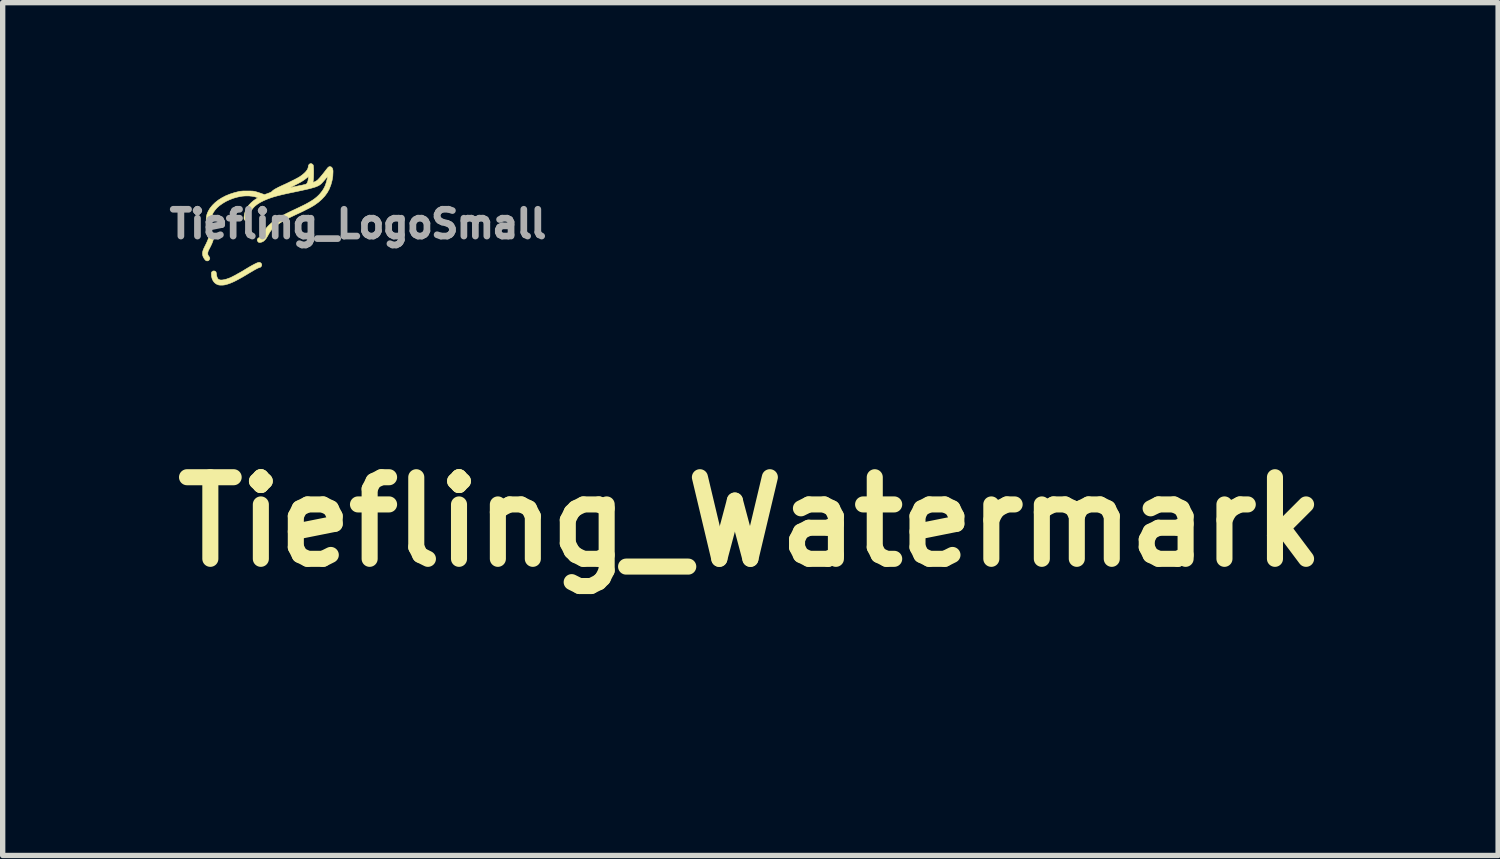
<source format=kicad_pcb>
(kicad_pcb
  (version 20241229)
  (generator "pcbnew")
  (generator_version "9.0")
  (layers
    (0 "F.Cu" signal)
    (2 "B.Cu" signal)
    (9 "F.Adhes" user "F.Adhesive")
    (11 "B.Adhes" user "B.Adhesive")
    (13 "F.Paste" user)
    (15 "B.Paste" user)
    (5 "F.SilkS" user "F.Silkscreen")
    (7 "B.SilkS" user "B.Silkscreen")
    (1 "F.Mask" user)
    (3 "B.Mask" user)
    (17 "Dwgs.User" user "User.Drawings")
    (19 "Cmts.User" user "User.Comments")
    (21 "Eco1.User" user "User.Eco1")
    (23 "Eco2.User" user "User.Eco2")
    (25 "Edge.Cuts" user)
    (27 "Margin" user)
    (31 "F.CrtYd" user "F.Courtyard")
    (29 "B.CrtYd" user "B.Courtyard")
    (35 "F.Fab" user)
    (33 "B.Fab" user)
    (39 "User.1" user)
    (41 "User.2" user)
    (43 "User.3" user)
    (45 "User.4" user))
  (footprint "Tiefling_Watermark"
    (layer "F.Cu")
    (at 5.327 8.273)
    (property "Reference" "Tiefling_Watermark" (at 5.639 -1.575 0) (layer "F.SilkS") (effects (font (size 1.524 1.524) (thickness 0.3))))
    (attr through_hole)
    (fp_poly (pts (xy -1.697 0.03) (xy -1.674 0.044) (xy -1.671 0.047) (xy -1.66 0.059) (xy -1.654 0.071) (xy -1.651 0.087) (xy -1.652 0.113) (xy -1.653 0.138) (xy -1.659 0.187) (xy -1.671 0.238) (xy -1.69 0.294) (xy -1.716 0.359) (xy -1.75 0.433) (xy -1.777 0.485) (xy -1.801 0.533) (xy -1.818 0.569) (xy -1.83 0.596) (xy -1.837 0.617) (xy -1.84 0.636) (xy -1.841 0.655) (xy -1.841 0.66) (xy -1.84 0.69) (xy -1.835 0.712) (xy -1.822 0.734) (xy -1.81 0.749) (xy -1.788 0.782) (xy -1.779 0.81) (xy -1.783 0.837) (xy -1.79 0.854) (xy -1.812 0.881) (xy -1.842 0.894) (xy -1.876 0.893) (xy -1.897 0.885) (xy -1.918 0.868) (xy -1.942 0.839) (xy -1.965 0.805) (xy -1.984 0.768) (xy -1.994 0.741) (xy -2.004 0.701) (xy -2.007 0.662) (xy -2.003 0.62) (xy -1.991 0.575) (xy -1.971 0.522) (xy -1.942 0.46) (xy -1.922 0.419) (xy -1.885 0.345) (xy -1.856 0.282) (xy -1.835 0.229) (xy -1.82 0.183) (xy -1.81 0.142) (xy -1.807 0.118) (xy -1.798 0.075) (xy -1.783 0.046) (xy -1.76 0.03) (xy -1.727 0.025) (xy -1.697 0.03)) (stroke (width 0.01) (type solid)) (fill no) (layer "Margin"))
    (fp_poly (pts (xy -0.207 0.948) (xy -0.182 0.968) (xy -0.165 0.996) (xy -0.161 1.02) (xy -0.167 1.048) (xy -0.183 1.074) (xy -0.205 1.093) (xy -0.228 1.101) (xy -0.228 1.101) (xy -0.243 1.104) (xy -0.267 1.113) (xy -0.3 1.129) (xy -0.343 1.152) (xy -0.398 1.182) (xy -0.465 1.221) (xy -0.545 1.269) (xy -0.553 1.273) (xy -0.667 1.342) (xy -0.769 1.401) (xy -0.86 1.452) (xy -0.941 1.496) (xy -1.014 1.533) (xy -1.079 1.563) (xy -1.139 1.589) (xy -1.195 1.609) (xy -1.249 1.626) (xy -1.298 1.638) (xy -1.347 1.646) (xy -1.4 1.65) (xy -1.452 1.649) (xy -1.497 1.644) (xy -1.52 1.639) (xy -1.582 1.611) (xy -1.634 1.57) (xy -1.676 1.517) (xy -1.706 1.452) (xy -1.724 1.377) (xy -1.73 1.309) (xy -1.73 1.277) (xy -1.727 1.257) (xy -1.719 1.242) (xy -1.712 1.233) (xy -1.683 1.212) (xy -1.651 1.207) (xy -1.622 1.214) (xy -1.602 1.225) (xy -1.589 1.238) (xy -1.58 1.26) (xy -1.574 1.292) (xy -1.571 1.317) (xy -1.561 1.374) (xy -1.544 1.422) (xy -1.522 1.457) (xy -1.496 1.476) (xy -1.454 1.488) (xy -1.399 1.489) (xy -1.335 1.481) (xy -1.262 1.462) (xy -1.182 1.434) (xy -1.142 1.418) (xy -1.1 1.398) (xy -1.046 1.37) (xy -0.984 1.338) (xy -0.916 1.301) (xy -0.846 1.262) (xy -0.777 1.222) (xy -0.712 1.183) (xy -0.703 1.177) (xy -0.607 1.119) (xy -0.524 1.07) (xy -0.453 1.03) (xy -0.394 0.998) (xy -0.344 0.973) (xy -0.303 0.956) (xy -0.27 0.945) (xy -0.244 0.94) (xy -0.237 0.94) (xy -0.207 0.948)) (stroke (width 0.01) (type solid)) (fill no) (layer "Margin"))
    (fp_poly (pts (xy 1.394 -2.129) (xy 1.422 -2.11) (xy 1.431 -2.1) (xy 1.438 -2.089) (xy 1.443 -2.075) (xy 1.446 -2.054) (xy 1.449 -2.023) (xy 1.451 -1.978) (xy 1.452 -1.971) (xy 1.454 -1.908) (xy 1.454 -1.838) (xy 1.452 -1.767) (xy 1.449 -1.699) (xy 1.445 -1.639) (xy 1.439 -1.596) (xy 1.436 -1.571) (xy 1.435 -1.555) (xy 1.435 -1.551) (xy 1.443 -1.553) (xy 1.463 -1.56) (xy 1.49 -1.57) (xy 1.491 -1.571) (xy 1.538 -1.595) (xy 1.58 -1.627) (xy 1.586 -1.633) (xy 1.615 -1.663) (xy 1.652 -1.704) (xy 1.694 -1.754) (xy 1.74 -1.81) (xy 1.788 -1.871) (xy 1.831 -1.928) (xy 1.864 -1.97) (xy 1.89 -2.001) (xy 1.91 -2.021) (xy 1.928 -2.034) (xy 1.945 -2.039) (xy 1.96 -2.04) (xy 1.995 -2.033) (xy 2.023 -2.011) (xy 2.043 -1.975) (xy 2.055 -1.925) (xy 2.057 -1.878) (xy 2.05 -1.741) (xy 2.027 -1.604) (xy 1.99 -1.471) (xy 1.941 -1.345) (xy 1.939 -1.342) (xy 1.879 -1.231) (xy 1.802 -1.125) (xy 1.711 -1.026) (xy 1.603 -0.932) (xy 1.48 -0.844) (xy 1.408 -0.799) (xy 1.356 -0.77) (xy 1.29 -0.735) (xy 1.21 -0.694) (xy 1.118 -0.649) (xy 1.014 -0.599) (xy 0.901 -0.546) (xy 0.794 -0.496) (xy 0.7 -0.45) (xy 0.618 -0.409) (xy 0.545 -0.37) (xy 0.48 -0.332) (xy 0.421 -0.296) (xy 0.364 -0.258) (xy 0.31 -0.219) (xy 0.301 -0.212) (xy 0.239 -0.164) (xy 0.189 -0.12) (xy 0.148 -0.078) (xy 0.113 -0.035) (xy 0.08 0.015) (xy 0.048 0.072) (xy 0.047 0.076) (xy 0.006 0.149) (xy -0.033 0.208) (xy -0.071 0.252) (xy -0.109 0.285) (xy -0.15 0.306) (xy -0.194 0.318) (xy -0.208 0.319) (xy -0.235 0.321) (xy -0.253 0.318) (xy -0.268 0.309) (xy -0.279 0.298) (xy -0.299 0.269) (xy -0.303 0.238) (xy -0.294 0.208) (xy -0.271 0.183) (xy -0.236 0.165) (xy -0.224 0.162) (xy -0.205 0.155) (xy -0.187 0.144) (xy -0.169 0.127) (xy -0.15 0.101) (xy -0.129 0.066) (xy -0.103 0.018) (xy -0.083 -0.021) (xy -0.061 -0.063) (xy -0.042 -0.095) (xy -0.024 -0.122) (xy -0.002 -0.149) (xy 0.027 -0.179) (xy 0.059 -0.212) (xy 0.112 -0.262) (xy 0.166 -0.309) (xy 0.223 -0.354) (xy 0.285 -0.398) (xy 0.353 -0.442) (xy 0.429 -0.487) (xy 0.514 -0.533) (xy 0.61 -0.583) (xy 0.719 -0.636) (xy 0.841 -0.694) (xy 0.86 -0.703) (xy 0.987 -0.763) (xy 1.1 -0.818) (xy 1.2 -0.869) (xy 1.288 -0.916) (xy 1.365 -0.962) (xy 1.433 -1.005) (xy 1.493 -1.048) (xy 1.546 -1.091) (xy 1.594 -1.135) (xy 1.638 -1.18) (xy 1.672 -1.219) (xy 1.725 -1.288) (xy 1.767 -1.355) (xy 1.803 -1.427) (xy 1.816 -1.458) (xy 1.828 -1.491) (xy 1.842 -1.532) (xy 1.855 -1.578) (xy 1.867 -1.624) (xy 1.878 -1.666) (xy 1.885 -1.701) (xy 1.888 -1.724) (xy 1.888 -1.726) (xy 1.883 -1.724) (xy 1.869 -1.71) (xy 1.848 -1.687) (xy 1.822 -1.657) (xy 1.805 -1.637) (xy 1.772 -1.598) (xy 1.739 -1.561) (xy 1.71 -1.529) (xy 1.686 -1.505) (xy 1.68 -1.5) (xy 1.655 -1.479) (xy 1.627 -1.46) (xy 1.594 -1.442) (xy 1.555 -1.425) (xy 1.51 -1.407) (xy 1.456 -1.389) (xy 1.392 -1.371) (xy 1.319 -1.352) (xy 1.233 -1.332) (xy 1.135 -1.309) (xy 1.022 -1.285) (xy 0.895 -1.259) (xy 0.864 -1.252) (xy 0.718 -1.222) (xy 0.587 -1.194) (xy 0.469 -1.167) (xy 0.364 -1.141) (xy 0.269 -1.115) (xy 0.183 -1.089) (xy 0.105 -1.064) (xy 0.032 -1.037) (xy -0.037 -1.009) (xy -0.103 -0.979) (xy -0.106 -0.978) (xy -0.213 -0.923) (xy -0.305 -0.864) (xy -0.382 -0.803) (xy -0.443 -0.737) (xy -0.492 -0.666) (xy -0.527 -0.589) (xy -0.53 -0.583) (xy -0.537 -0.557) (xy -0.543 -0.521) (xy -0.549 -0.481) (xy -0.55 -0.47) (xy -0.554 -0.433) (xy -0.558 -0.409) (xy -0.564 -0.393) (xy -0.574 -0.38) (xy -0.583 -0.371) (xy -0.615 -0.351) (xy -0.647 -0.349) (xy -0.678 -0.363) (xy -0.681 -0.365) (xy -0.699 -0.383) (xy -0.71 -0.403) (xy -0.715 -0.43) (xy -0.714 -0.467) (xy -0.711 -0.493) (xy -0.695 -0.586) (xy -0.67 -0.666) (xy -0.658 -0.694) (xy -0.616 -0.77) (xy -0.56 -0.845) (xy -0.492 -0.916) (xy -0.416 -0.981) (xy -0.36 -1.02) (xy -0.284 -1.069) (xy -0.326 -1.085) (xy -0.39 -1.105) (xy -0.466 -1.119) (xy -0.551 -1.126) (xy -0.641 -1.128) (xy -0.731 -1.123) (xy -0.779 -1.118) (xy -0.908 -1.094) (xy -1.035 -1.058) (xy -1.159 -1.012) (xy -1.276 -0.956) (xy -1.385 -0.892) (xy -1.483 -0.821) (xy -1.558 -0.753) (xy -1.622 -0.681) (xy -1.671 -0.608) (xy -1.705 -0.534) (xy -1.726 -0.456) (xy -1.731 -0.42) (xy -1.736 -0.385) (xy -1.743 -0.363) (xy -1.754 -0.345) (xy -1.761 -0.337) (xy -1.791 -0.317) (xy -1.825 -0.313) (xy -1.857 -0.325) (xy -1.869 -0.334) (xy -1.881 -0.346) (xy -1.888 -0.358) (xy -1.891 -0.376) (xy -1.891 -0.405) (xy -1.891 -0.414) (xy -1.884 -0.485) (xy -1.868 -0.553) (xy -1.84 -0.625) (xy -1.825 -0.657) (xy -1.769 -0.749) (xy -1.699 -0.837) (xy -1.614 -0.92) (xy -1.516 -0.997) (xy -1.406 -1.067) (xy -1.286 -1.129) (xy -1.156 -1.184) (xy -1.018 -1.229) (xy -0.873 -1.265) (xy -0.859 -1.268) (xy -0.826 -1.273) (xy -0.79 -1.277) (xy -0.748 -1.28) (xy -0.697 -1.282) (xy -0.634 -1.282) (xy -0.605 -1.282) (xy -0.543 -1.282) (xy -0.492 -1.28) (xy -0.448 -1.278) (xy -0.408 -1.273) (xy -0.369 -1.265) (xy -0.327 -1.254) (xy -0.278 -1.238) (xy -0.218 -1.218) (xy -0.176 -1.203) (xy -0.076 -1.168) (xy 0.032 -1.207) (xy 0.075 -1.223) (xy 0.111 -1.239) (xy 0.137 -1.252) (xy 0.15 -1.262) (xy 0.15 -1.262) (xy 0.168 -1.282) (xy 0.195 -1.304) (xy 0.234 -1.329) (xy 0.283 -1.358) (xy 0.342 -1.389) (xy 0.73 -1.389) (xy 0.73 -1.389) (xy 0.74 -1.39) (xy 0.763 -1.395) (xy 0.799 -1.402) (xy 0.843 -1.411) (xy 0.894 -1.422) (xy 0.916 -1.426) (xy 0.995 -1.443) (xy 1.059 -1.456) (xy 1.11 -1.467) (xy 1.15 -1.476) (xy 1.18 -1.483) (xy 1.201 -1.49) (xy 1.216 -1.495) (xy 1.227 -1.501) (xy 1.234 -1.507) (xy 1.24 -1.513) (xy 1.243 -1.517) (xy 1.262 -1.55) (xy 1.277 -1.597) (xy 1.287 -1.657) (xy 1.29 -1.684) (xy 1.295 -1.739) (xy 1.268 -1.713) (xy 1.225 -1.676) (xy 1.177 -1.639) (xy 1.121 -1.602) (xy 1.056 -1.562) (xy 0.98 -1.52) (xy 0.89 -1.473) (xy 0.874 -1.465) (xy 0.828 -1.441) (xy 0.789 -1.421) (xy 0.758 -1.405) (xy 0.738 -1.394) (xy 0.73 -1.389) (xy 0.342 -1.389) (xy 0.345 -1.391) (xy 0.421 -1.428) (xy 0.512 -1.47) (xy 0.546 -1.486) (xy 0.629 -1.524) (xy 0.71 -1.563) (xy 0.789 -1.601) (xy 0.861 -1.638) (xy 0.926 -1.672) (xy 0.98 -1.702) (xy 1.022 -1.727) (xy 1.031 -1.733) (xy 1.103 -1.785) (xy 1.165 -1.838) (xy 1.215 -1.89) (xy 1.253 -1.942) (xy 1.277 -1.99) (xy 1.287 -2.034) (xy 1.287 -2.039) (xy 1.293 -2.077) (xy 1.31 -2.107) (xy 1.335 -2.126) (xy 1.364 -2.134) (xy 1.394 -2.129)) (stroke (width 0.01) (type solid)) (fill no) (layer "Margin")))
  (footprint "Tiefling_LogoSmall"
    (layer "F.Cu")
    (at 1.936 1.286)
    (property "Reference" "Tiefling_LogoSmall" (at 1.702 -0.152 0) (layer "F.Fab") (effects (font (size 0.5 0.5) (thickness 0.125))))
    (attr through_hole)
    (fp_poly (pts (xy -1.018 0.018) (xy -1.004 0.026) (xy -1.002 0.028) (xy -0.996 0.036) (xy -0.992 0.043) (xy -0.991 0.052) (xy -0.991 0.068) (xy -0.992 0.083) (xy -0.995 0.112) (xy -1.003 0.143) (xy -1.014 0.177) (xy -1.029 0.215) (xy -1.05 0.26) (xy -1.066 0.291) (xy -1.081 0.32) (xy -1.091 0.341) (xy -1.098 0.357) (xy -1.102 0.37) (xy -1.104 0.381) (xy -1.105 0.393) (xy -1.105 0.396) (xy -1.104 0.414) (xy -1.101 0.427) (xy -1.093 0.44) (xy -1.086 0.45) (xy -1.073 0.469) (xy -1.067 0.486) (xy -1.07 0.502) (xy -1.074 0.512) (xy -1.087 0.528) (xy -1.105 0.536) (xy -1.126 0.536) (xy -1.138 0.531) (xy -1.151 0.521) (xy -1.165 0.504) (xy -1.179 0.483) (xy -1.19 0.461) (xy -1.197 0.445) (xy -1.202 0.421) (xy -1.204 0.397) (xy -1.202 0.372) (xy -1.195 0.345) (xy -1.183 0.313) (xy -1.165 0.276) (xy -1.153 0.251) (xy -1.131 0.207) (xy -1.114 0.169) (xy -1.101 0.138) (xy -1.092 0.11) (xy -1.086 0.085) (xy -1.084 0.071) (xy -1.079 0.045) (xy -1.07 0.028) (xy -1.056 0.018) (xy -1.036 0.015) (xy -1.018 0.018)) (stroke (width 0.01) (type solid)) (fill yes) (layer "F.SilkS"))
    (fp_poly (pts (xy -0.124 0.569) (xy -0.109 0.581) (xy -0.099 0.598) (xy -0.097 0.612) (xy -0.1 0.629) (xy -0.11 0.644) (xy -0.123 0.656) (xy -0.137 0.66) (xy -0.137 0.66) (xy -0.146 0.662) (xy -0.16 0.668) (xy -0.18 0.677) (xy -0.206 0.691) (xy -0.239 0.709) (xy -0.279 0.733) (xy -0.327 0.761) (xy -0.332 0.764) (xy -0.4 0.805) (xy -0.461 0.841) (xy -0.516 0.871) (xy -0.565 0.898) (xy -0.608 0.92) (xy -0.648 0.938) (xy -0.684 0.953) (xy -0.717 0.965) (xy -0.749 0.975) (xy -0.779 0.983) (xy -0.808 0.988) (xy -0.84 0.99) (xy -0.871 0.99) (xy -0.898 0.987) (xy -0.912 0.983) (xy -0.949 0.967) (xy -0.981 0.942) (xy -1.005 0.91) (xy -1.024 0.871) (xy -1.035 0.826) (xy -1.038 0.785) (xy -1.038 0.766) (xy -1.036 0.754) (xy -1.031 0.745) (xy -1.027 0.74) (xy -1.01 0.727) (xy -0.99 0.724) (xy -0.973 0.728) (xy -0.961 0.735) (xy -0.953 0.743) (xy -0.948 0.756) (xy -0.944 0.775) (xy -0.943 0.79) (xy -0.937 0.824) (xy -0.927 0.853) (xy -0.913 0.874) (xy -0.898 0.886) (xy -0.872 0.893) (xy -0.84 0.894) (xy -0.801 0.888) (xy -0.757 0.877) (xy -0.709 0.86) (xy -0.685 0.851) (xy -0.66 0.839) (xy -0.627 0.822) (xy -0.59 0.803) (xy -0.55 0.78) (xy -0.508 0.757) (xy -0.466 0.733) (xy -0.427 0.71) (xy -0.422 0.706) (xy -0.364 0.671) (xy -0.315 0.642) (xy -0.272 0.618) (xy -0.236 0.599) (xy -0.206 0.584) (xy -0.182 0.573) (xy -0.162 0.567) (xy -0.147 0.564) (xy -0.142 0.564) (xy -0.124 0.569)) (stroke (width 0.01) (type solid)) (fill yes) (layer "F.SilkS"))
    (fp_poly (pts (xy 0.837 -1.277) (xy 0.853 -1.266) (xy 0.859 -1.26) (xy 0.863 -1.253) (xy 0.866 -1.245) (xy 0.868 -1.232) (xy 0.869 -1.214) (xy 0.871 -1.187) (xy 0.871 -1.182) (xy 0.872 -1.145) (xy 0.872 -1.103) (xy 0.871 -1.06) (xy 0.87 -1.02) (xy 0.867 -0.984) (xy 0.864 -0.958) (xy 0.862 -0.943) (xy 0.861 -0.933) (xy 0.861 -0.931) (xy 0.866 -0.932) (xy 0.878 -0.936) (xy 0.894 -0.942) (xy 0.895 -0.942) (xy 0.923 -0.957) (xy 0.948 -0.976) (xy 0.952 -0.98) (xy 0.969 -0.998) (xy 0.991 -1.022) (xy 1.016 -1.052) (xy 1.044 -1.086) (xy 1.073 -1.123) (xy 1.099 -1.157) (xy 1.119 -1.182) (xy 1.134 -1.201) (xy 1.146 -1.213) (xy 1.157 -1.22) (xy 1.167 -1.224) (xy 1.176 -1.224) (xy 1.197 -1.22) (xy 1.214 -1.206) (xy 1.226 -1.185) (xy 1.233 -1.155) (xy 1.234 -1.127) (xy 1.23 -1.045) (xy 1.216 -0.963) (xy 1.194 -0.883) (xy 1.164 -0.807) (xy 1.164 -0.805) (xy 1.127 -0.738) (xy 1.081 -0.675) (xy 1.026 -0.616) (xy 0.962 -0.559) (xy 0.888 -0.506) (xy 0.845 -0.48) (xy 0.814 -0.462) (xy 0.774 -0.441) (xy 0.726 -0.417) (xy 0.671 -0.389) (xy 0.608 -0.359) (xy 0.541 -0.328) (xy 0.476 -0.297) (xy 0.42 -0.27) (xy 0.371 -0.245) (xy 0.327 -0.222) (xy 0.288 -0.199) (xy 0.252 -0.177) (xy 0.219 -0.155) (xy 0.186 -0.131) (xy 0.181 -0.127) (xy 0.143 -0.098) (xy 0.113 -0.072) (xy 0.089 -0.047) (xy 0.068 -0.021) (xy 0.048 0.009) (xy 0.029 0.043) (xy 0.028 0.045) (xy 0.003 0.089) (xy -0.02 0.125) (xy -0.043 0.151) (xy -0.066 0.171) (xy -0.09 0.183) (xy -0.116 0.191) (xy -0.125 0.192) (xy -0.141 0.193) (xy -0.152 0.191) (xy -0.161 0.185) (xy -0.167 0.179) (xy -0.179 0.161) (xy -0.182 0.143) (xy -0.176 0.125) (xy -0.162 0.11) (xy -0.142 0.099) (xy -0.135 0.097) (xy -0.123 0.093) (xy -0.112 0.086) (xy -0.101 0.076) (xy -0.09 0.061) (xy -0.077 0.04) (xy -0.062 0.011) (xy -0.05 -0.013) (xy -0.037 -0.038) (xy -0.025 -0.057) (xy -0.014 -0.073) (xy -0.001 -0.089) (xy 0.016 -0.107) (xy 0.035 -0.127) (xy 0.067 -0.157) (xy 0.1 -0.185) (xy 0.134 -0.212) (xy 0.171 -0.239) (xy 0.212 -0.265) (xy 0.257 -0.292) (xy 0.308 -0.32) (xy 0.366 -0.35) (xy 0.431 -0.382) (xy 0.505 -0.417) (xy 0.516 -0.422) (xy 0.592 -0.458) (xy 0.66 -0.491) (xy 0.72 -0.521) (xy 0.773 -0.55) (xy 0.819 -0.577) (xy 0.86 -0.603) (xy 0.896 -0.629) (xy 0.928 -0.655) (xy 0.956 -0.681) (xy 0.983 -0.708) (xy 1.003 -0.732) (xy 1.035 -0.773) (xy 1.06 -0.813) (xy 1.082 -0.856) (xy 1.09 -0.875) (xy 1.097 -0.895) (xy 1.105 -0.919) (xy 1.113 -0.947) (xy 1.12 -0.974) (xy 1.127 -1) (xy 1.131 -1.021) (xy 1.133 -1.035) (xy 1.133 -1.035) (xy 1.13 -1.034) (xy 1.121 -1.026) (xy 1.109 -1.012) (xy 1.093 -0.994) (xy 1.083 -0.982) (xy 1.063 -0.959) (xy 1.044 -0.937) (xy 1.026 -0.917) (xy 1.012 -0.903) (xy 1.008 -0.9) (xy 0.993 -0.888) (xy 0.976 -0.876) (xy 0.956 -0.865) (xy 0.933 -0.855) (xy 0.906 -0.844) (xy 0.873 -0.834) (xy 0.835 -0.823) (xy 0.791 -0.811) (xy 0.74 -0.799) (xy 0.681 -0.786) (xy 0.613 -0.771) (xy 0.537 -0.755) (xy 0.518 -0.751) (xy 0.431 -0.733) (xy 0.352 -0.716) (xy 0.282 -0.7) (xy 0.218 -0.684) (xy 0.162 -0.669) (xy 0.11 -0.654) (xy 0.063 -0.638) (xy 0.019 -0.622) (xy -0.022 -0.605) (xy -0.062 -0.588) (xy -0.064 -0.587) (xy -0.128 -0.554) (xy -0.183 -0.519) (xy -0.229 -0.482) (xy -0.266 -0.442) (xy -0.295 -0.399) (xy -0.316 -0.354) (xy -0.318 -0.35) (xy -0.322 -0.334) (xy -0.326 -0.313) (xy -0.329 -0.289) (xy -0.33 -0.282) (xy -0.332 -0.26) (xy -0.335 -0.245) (xy -0.338 -0.236) (xy -0.344 -0.228) (xy -0.35 -0.223) (xy -0.369 -0.211) (xy -0.388 -0.209) (xy -0.407 -0.218) (xy -0.409 -0.219) (xy -0.42 -0.23) (xy -0.426 -0.242) (xy -0.429 -0.258) (xy -0.428 -0.28) (xy -0.426 -0.296) (xy -0.417 -0.351) (xy -0.402 -0.4) (xy -0.395 -0.416) (xy -0.37 -0.462) (xy -0.336 -0.507) (xy -0.295 -0.55) (xy -0.249 -0.589) (xy -0.216 -0.612) (xy -0.171 -0.641) (xy -0.195 -0.651) (xy -0.234 -0.663) (xy -0.28 -0.671) (xy -0.331 -0.676) (xy -0.384 -0.677) (xy -0.439 -0.674) (xy -0.468 -0.671) (xy -0.545 -0.656) (xy -0.621 -0.635) (xy -0.695 -0.607) (xy -0.766 -0.574) (xy -0.831 -0.535) (xy -0.89 -0.493) (xy -0.935 -0.452) (xy -0.973 -0.408) (xy -1.003 -0.365) (xy -1.023 -0.32) (xy -1.036 -0.274) (xy -1.039 -0.252) (xy -1.042 -0.231) (xy -1.046 -0.218) (xy -1.052 -0.207) (xy -1.057 -0.202) (xy -1.075 -0.19) (xy -1.095 -0.188) (xy -1.114 -0.195) (xy -1.121 -0.2) (xy -1.129 -0.207) (xy -1.133 -0.215) (xy -1.134 -0.226) (xy -1.135 -0.243) (xy -1.134 -0.249) (xy -1.13 -0.291) (xy -1.121 -0.332) (xy -1.104 -0.375) (xy -1.095 -0.394) (xy -1.062 -0.449) (xy -1.019 -0.502) (xy -0.968 -0.552) (xy -0.91 -0.598) (xy -0.844 -0.64) (xy -0.772 -0.678) (xy -0.694 -0.71) (xy -0.611 -0.737) (xy -0.524 -0.759) (xy -0.516 -0.761) (xy -0.496 -0.764) (xy -0.474 -0.766) (xy -0.449 -0.768) (xy -0.418 -0.769) (xy -0.38 -0.769) (xy -0.363 -0.769) (xy -0.326 -0.769) (xy -0.295 -0.768) (xy -0.269 -0.767) (xy -0.245 -0.764) (xy -0.221 -0.759) (xy -0.196 -0.752) (xy -0.167 -0.743) (xy -0.131 -0.731) (xy -0.105 -0.722) (xy -0.046 -0.701) (xy 0.019 -0.724) (xy 0.045 -0.734) (xy 0.066 -0.743) (xy 0.082 -0.751) (xy 0.09 -0.757) (xy 0.09 -0.757) (xy 0.101 -0.769) (xy 0.117 -0.782) (xy 0.14 -0.798) (xy 0.17 -0.815) (xy 0.205 -0.833) (xy 0.438 -0.833) (xy 0.438 -0.833) (xy 0.444 -0.834) (xy 0.458 -0.837) (xy 0.479 -0.841) (xy 0.506 -0.847) (xy 0.537 -0.853) (xy 0.55 -0.856) (xy 0.597 -0.866) (xy 0.636 -0.874) (xy 0.666 -0.88) (xy 0.69 -0.886) (xy 0.708 -0.89) (xy 0.721 -0.894) (xy 0.73 -0.897) (xy 0.736 -0.901) (xy 0.741 -0.904) (xy 0.744 -0.908) (xy 0.746 -0.91) (xy 0.757 -0.93) (xy 0.766 -0.958) (xy 0.772 -0.994) (xy 0.774 -1.011) (xy 0.777 -1.043) (xy 0.761 -1.028) (xy 0.735 -1.006) (xy 0.706 -0.984) (xy 0.673 -0.961) (xy 0.634 -0.937) (xy 0.588 -0.912) (xy 0.534 -0.884) (xy 0.524 -0.879) (xy 0.497 -0.865) (xy 0.474 -0.853) (xy 0.455 -0.843) (xy 0.443 -0.836) (xy 0.438 -0.833) (xy 0.205 -0.833) (xy 0.207 -0.834) (xy 0.253 -0.857) (xy 0.307 -0.882) (xy 0.328 -0.891) (xy 0.377 -0.914) (xy 0.426 -0.938) (xy 0.473 -0.961) (xy 0.517 -0.983) (xy 0.555 -1.003) (xy 0.588 -1.021) (xy 0.613 -1.036) (xy 0.619 -1.04) (xy 0.662 -1.071) (xy 0.699 -1.103) (xy 0.729 -1.134) (xy 0.752 -1.165) (xy 0.766 -1.194) (xy 0.772 -1.221) (xy 0.772 -1.223) (xy 0.776 -1.246) (xy 0.786 -1.264) (xy 0.801 -1.276) (xy 0.818 -1.281) (xy 0.837 -1.277)) (stroke (width 0.01) (type solid)) (fill yes) (layer "F.SilkS")))
  (gr_rect
    (start -3 -3)
    (end 24.931 12.928)
    (stroke (width 0.1) (type default))
    (fill no)
    (layer "Edge.Cuts")))
</source>
